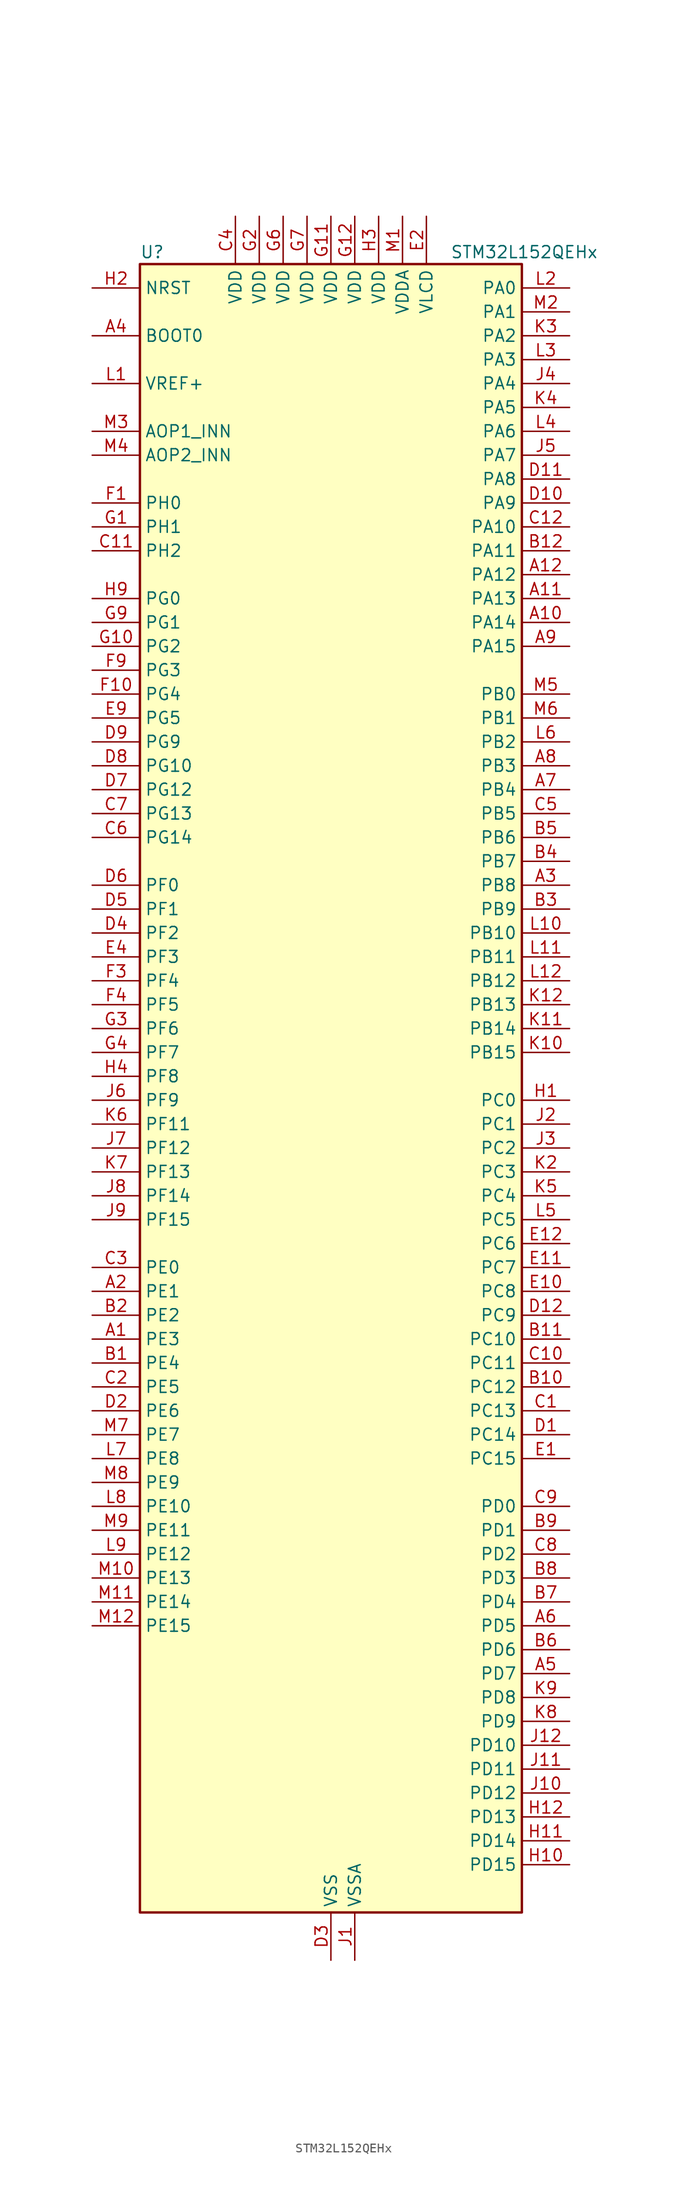
<source format=kicad_sym>
(kicad_symbol_lib
  (version 20231120)
  (generator "kicad_symbol_editor")
  (generator_version "8.0")
  (symbol "STM32L152QEHx"
    (property "Reference" "U"
      (at -20.32 90.17 0)
      (effects (font (size 1.27 1.27)) (justify left)))
    (property "Value" "STM32L152QEHx"
      (at 12.7 90.17 0)
      (effects (font (size 1.27 1.27)) (justify left)))
    (property "ki_locked" ""
      (at 0 0 0)
      (effects (font (size 1.27 1.27))))
    (symbol "STM32L152QEHx_0_1"
      (rectangle (start -20.32 -86.36) (end 20.32 88.9) (stroke (width 0.254) (type default)) (fill (type background))))
    (symbol "STM32L152QEHx_1_1"
      (pin bidirectional line (at -25.4 -25.4 0) (length 5.08) (name "PE3" (effects (font (size 1.27 1.27)))) (number "A1" (effects (font (size 1.27 1.27)))) (alternate "LCD_SEG39" bidirectional line) (alternate "SYS_TRACED0" bidirectional line) (alternate "TIM3_CH1" bidirectional line) (alternate "TIMX_IC4" bidirectional line))
      (pin bidirectional line (at 25.4 50.8 180) (length 5.08) (name "PA14" (effects (font (size 1.27 1.27)))) (number "A10" (effects (font (size 1.27 1.27)))) (alternate "SYS_JTCK-SWCLK" bidirectional line) (alternate "TIMX_IC3" bidirectional line) (alternate "TS_G5_IO2" bidirectional line))
      (pin bidirectional line (at 25.4 53.34 180) (length 5.08) (name "PA13" (effects (font (size 1.27 1.27)))) (number "A11" (effects (font (size 1.27 1.27)))) (alternate "SYS_JTMS-SWDIO" bidirectional line) (alternate "TIMX_IC2" bidirectional line) (alternate "TS_G5_IO1" bidirectional line))
      (pin bidirectional line (at 25.4 55.88 180) (length 5.08) (name "PA12" (effects (font (size 1.27 1.27)))) (number "A12" (effects (font (size 1.27 1.27)))) (alternate "SPI1_MOSI" bidirectional line) (alternate "TIMX_IC1" bidirectional line) (alternate "USART1_RTS" bidirectional line) (alternate "USB_DP" bidirectional line))
      (pin bidirectional line (at -25.4 -20.32 0) (length 5.08) (name "PE1" (effects (font (size 1.27 1.27)))) (number "A2" (effects (font (size 1.27 1.27)))) (alternate "LCD_SEG37" bidirectional line) (alternate "TIM11_CH1" bidirectional line) (alternate "TIMX_IC2" bidirectional line))
      (pin bidirectional line (at 25.4 22.86 180) (length 5.08) (name "PB8" (effects (font (size 1.27 1.27)))) (number "A3" (effects (font (size 1.27 1.27)))) (alternate "I2C1_SCL" bidirectional line) (alternate "LCD_SEG16" bidirectional line) (alternate "TIM10_CH1" bidirectional line) (alternate "TIM4_CH3" bidirectional line))
      (pin input line (at -25.4 81.28 0) (length 5.08) (name "BOOT0" (effects (font (size 1.27 1.27)))) (number "A4" (effects (font (size 1.27 1.27)))))
      (pin bidirectional line (at 25.4 -60.96 180) (length 5.08) (name "PD7" (effects (font (size 1.27 1.27)))) (number "A5" (effects (font (size 1.27 1.27)))) (alternate "TIM9_CH2" bidirectional line) (alternate "TIMX_IC4" bidirectional line) (alternate "USART2_CK" bidirectional line))
      (pin bidirectional line (at 25.4 -55.88 180) (length 5.08) (name "PD5" (effects (font (size 1.27 1.27)))) (number "A6" (effects (font (size 1.27 1.27)))) (alternate "TIMX_IC2" bidirectional line) (alternate "USART2_TX" bidirectional line))
      (pin bidirectional line (at 25.4 33.02 180) (length 5.08) (name "PB4" (effects (font (size 1.27 1.27)))) (number "A7" (effects (font (size 1.27 1.27)))) (alternate "COMP2_INP" bidirectional line) (alternate "LCD_SEG8" bidirectional line) (alternate "SPI1_MISO" bidirectional line) (alternate "SPI3_MISO" bidirectional line) (alternate "SYS_JTRST" bidirectional line) (alternate "TIM3_CH1" bidirectional line) (alternate "TS_G6_IO1" bidirectional line))
      (pin bidirectional line (at 25.4 35.56 180) (length 5.08) (name "PB3" (effects (font (size 1.27 1.27)))) (number "A8" (effects (font (size 1.27 1.27)))) (alternate "COMP2_INM" bidirectional line) (alternate "I2S3_CK" bidirectional line) (alternate "LCD_SEG7" bidirectional line) (alternate "SPI1_SCK" bidirectional line) (alternate "SPI3_SCK" bidirectional line) (alternate "SYS_JTDO-TRACESWO" bidirectional line) (alternate "TIM2_CH2" bidirectional line))
      (pin bidirectional line (at 25.4 48.26 180) (length 5.08) (name "PA15" (effects (font (size 1.27 1.27)))) (number "A9" (effects (font (size 1.27 1.27)))) (alternate "ADC_EXTI15" bidirectional line) (alternate "I2S3_WS" bidirectional line) (alternate "LCD_SEG17" bidirectional line) (alternate "SPI1_NSS" bidirectional line) (alternate "SPI3_NSS" bidirectional line) (alternate "SYS_JTDI" bidirectional line) (alternate "TIM2_CH1" bidirectional line) (alternate "TIM2_ETR" bidirectional line) (alternate "TIMX_IC4" bidirectional line) (alternate "TS_G5_IO3" bidirectional line))
      (pin bidirectional line (at -25.4 -27.94 0) (length 5.08) (name "PE4" (effects (font (size 1.27 1.27)))) (number "B1" (effects (font (size 1.27 1.27)))) (alternate "SYS_TRACED1" bidirectional line) (alternate "TIM3_CH2" bidirectional line) (alternate "TIMX_IC1" bidirectional line))
      (pin bidirectional line (at 25.4 -30.48 180) (length 5.08) (name "PC12" (effects (font (size 1.27 1.27)))) (number "B10" (effects (font (size 1.27 1.27)))) (alternate "I2S3_SD" bidirectional line) (alternate "LCD_COM6" bidirectional line) (alternate "LCD_SEG30" bidirectional line) (alternate "LCD_SEG42" bidirectional line) (alternate "SPI3_MOSI" bidirectional line) (alternate "TIMX_IC1" bidirectional line) (alternate "UART5_TX" bidirectional line) (alternate "USART3_CK" bidirectional line))
      (pin bidirectional line (at 25.4 -25.4 180) (length 5.08) (name "PC10" (effects (font (size 1.27 1.27)))) (number "B11" (effects (font (size 1.27 1.27)))) (alternate "I2S3_CK" bidirectional line) (alternate "LCD_COM4" bidirectional line) (alternate "LCD_SEG28" bidirectional line) (alternate "LCD_SEG40" bidirectional line) (alternate "SPI3_SCK" bidirectional line) (alternate "TIMX_IC3" bidirectional line) (alternate "UART4_TX" bidirectional line) (alternate "USART3_TX" bidirectional line))
      (pin bidirectional line (at 25.4 58.42 180) (length 5.08) (name "PA11" (effects (font (size 1.27 1.27)))) (number "B12" (effects (font (size 1.27 1.27)))) (alternate "ADC_EXTI11" bidirectional line) (alternate "SPI1_MISO" bidirectional line) (alternate "TIMX_IC4" bidirectional line) (alternate "USART1_CTS" bidirectional line) (alternate "USB_DM" bidirectional line))
      (pin bidirectional line (at -25.4 -22.86 0) (length 5.08) (name "PE2" (effects (font (size 1.27 1.27)))) (number "B2" (effects (font (size 1.27 1.27)))) (alternate "LCD_SEG38" bidirectional line) (alternate "SYS_TRACECK" bidirectional line) (alternate "TIM3_ETR" bidirectional line) (alternate "TIMX_IC3" bidirectional line))
      (pin bidirectional line (at 25.4 20.32 180) (length 5.08) (name "PB9" (effects (font (size 1.27 1.27)))) (number "B3" (effects (font (size 1.27 1.27)))) (alternate "DAC_EXTI9" bidirectional line) (alternate "I2C1_SDA" bidirectional line) (alternate "LCD_COM3" bidirectional line) (alternate "TIM11_CH1" bidirectional line) (alternate "TIM4_CH4" bidirectional line))
      (pin bidirectional line (at 25.4 25.4 180) (length 5.08) (name "PB7" (effects (font (size 1.27 1.27)))) (number "B4" (effects (font (size 1.27 1.27)))) (alternate "COMP2_INP" bidirectional line) (alternate "I2C1_SDA" bidirectional line) (alternate "SYS_PVD_IN" bidirectional line) (alternate "TIM4_CH2" bidirectional line) (alternate "TS_G6_IO4" bidirectional line) (alternate "USART1_RX" bidirectional line))
      (pin bidirectional line (at 25.4 27.94 180) (length 5.08) (name "PB6" (effects (font (size 1.27 1.27)))) (number "B5" (effects (font (size 1.27 1.27)))) (alternate "COMP2_INP" bidirectional line) (alternate "I2C1_SCL" bidirectional line) (alternate "TIM4_CH1" bidirectional line) (alternate "TS_G6_IO3" bidirectional line) (alternate "USART1_TX" bidirectional line))
      (pin bidirectional line (at 25.4 -58.42 180) (length 5.08) (name "PD6" (effects (font (size 1.27 1.27)))) (number "B6" (effects (font (size 1.27 1.27)))) (alternate "TIMX_IC3" bidirectional line) (alternate "USART2_RX" bidirectional line))
      (pin bidirectional line (at 25.4 -53.34 180) (length 5.08) (name "PD4" (effects (font (size 1.27 1.27)))) (number "B7" (effects (font (size 1.27 1.27)))) (alternate "I2S2_SD" bidirectional line) (alternate "SPI2_MOSI" bidirectional line) (alternate "TIMX_IC1" bidirectional line) (alternate "USART2_RTS" bidirectional line))
      (pin bidirectional line (at 25.4 -50.8 180) (length 5.08) (name "PD3" (effects (font (size 1.27 1.27)))) (number "B8" (effects (font (size 1.27 1.27)))) (alternate "SPI2_MISO" bidirectional line) (alternate "TIMX_IC4" bidirectional line) (alternate "USART2_CTS" bidirectional line))
      (pin bidirectional line (at 25.4 -45.72 180) (length 5.08) (name "PD1" (effects (font (size 1.27 1.27)))) (number "B9" (effects (font (size 1.27 1.27)))) (alternate "I2S2_CK" bidirectional line) (alternate "SPI2_SCK" bidirectional line) (alternate "TIMX_IC2" bidirectional line))
      (pin bidirectional line (at 25.4 -33.02 180) (length 5.08) (name "PC13" (effects (font (size 1.27 1.27)))) (number "C1" (effects (font (size 1.27 1.27)))) (alternate "RTC_OUT_ALARM" bidirectional line) (alternate "RTC_OUT_CALIB" bidirectional line) (alternate "RTC_TAMP1" bidirectional line) (alternate "RTC_TS" bidirectional line) (alternate "SYS_WKUP2" bidirectional line) (alternate "TIMX_IC2" bidirectional line))
      (pin bidirectional line (at 25.4 -27.94 180) (length 5.08) (name "PC11" (effects (font (size 1.27 1.27)))) (number "C10" (effects (font (size 1.27 1.27)))) (alternate "ADC_EXTI11" bidirectional line) (alternate "LCD_COM5" bidirectional line) (alternate "LCD_SEG29" bidirectional line) (alternate "LCD_SEG41" bidirectional line) (alternate "SPI3_MISO" bidirectional line) (alternate "TIMX_IC4" bidirectional line) (alternate "UART4_RX" bidirectional line) (alternate "USART3_RX" bidirectional line))
      (pin bidirectional line (at -25.4 58.42 0) (length 5.08) (name "PH2" (effects (font (size 1.27 1.27)))) (number "C11" (effects (font (size 1.27 1.27)))))
      (pin bidirectional line (at 25.4 60.96 180) (length 5.08) (name "PA10" (effects (font (size 1.27 1.27)))) (number "C12" (effects (font (size 1.27 1.27)))) (alternate "LCD_COM2" bidirectional line) (alternate "TIMX_IC3" bidirectional line) (alternate "TS_G4_IO3" bidirectional line) (alternate "USART1_RX" bidirectional line))
      (pin bidirectional line (at -25.4 -30.48 0) (length 5.08) (name "PE5" (effects (font (size 1.27 1.27)))) (number "C2" (effects (font (size 1.27 1.27)))) (alternate "SYS_TRACED2" bidirectional line) (alternate "TIM9_CH1" bidirectional line) (alternate "TIMX_IC2" bidirectional line))
      (pin bidirectional line (at -25.4 -17.78 0) (length 5.08) (name "PE0" (effects (font (size 1.27 1.27)))) (number "C3" (effects (font (size 1.27 1.27)))) (alternate "LCD_SEG36" bidirectional line) (alternate "TIM10_CH1" bidirectional line) (alternate "TIM4_ETR" bidirectional line) (alternate "TIMX_IC1" bidirectional line))
      (pin power_in line (at -10.16 93.98 270) (length 5.08) (name "VDD" (effects (font (size 1.27 1.27)))) (number "C4" (effects (font (size 1.27 1.27)))))
      (pin bidirectional line (at 25.4 30.48 180) (length 5.08) (name "PB5" (effects (font (size 1.27 1.27)))) (number "C5" (effects (font (size 1.27 1.27)))) (alternate "COMP2_INP" bidirectional line) (alternate "I2C1_SMBA" bidirectional line) (alternate "I2S3_SD" bidirectional line) (alternate "LCD_SEG9" bidirectional line) (alternate "SPI1_MOSI" bidirectional line) (alternate "SPI3_MOSI" bidirectional line) (alternate "TIM3_CH2" bidirectional line) (alternate "TS_G6_IO2" bidirectional line))
      (pin bidirectional line (at -25.4 27.94 0) (length 5.08) (name "PG14" (effects (font (size 1.27 1.27)))) (number "C6" (effects (font (size 1.27 1.27)))))
      (pin bidirectional line (at -25.4 30.48 0) (length 5.08) (name "PG13" (effects (font (size 1.27 1.27)))) (number "C7" (effects (font (size 1.27 1.27)))))
      (pin bidirectional line (at 25.4 -48.26 180) (length 5.08) (name "PD2" (effects (font (size 1.27 1.27)))) (number "C8" (effects (font (size 1.27 1.27)))) (alternate "LCD_COM7" bidirectional line) (alternate "LCD_SEG31" bidirectional line) (alternate "LCD_SEG43" bidirectional line) (alternate "TIM3_ETR" bidirectional line) (alternate "TIMX_IC3" bidirectional line) (alternate "UART5_RX" bidirectional line))
      (pin bidirectional line (at 25.4 -43.18 180) (length 5.08) (name "PD0" (effects (font (size 1.27 1.27)))) (number "C9" (effects (font (size 1.27 1.27)))) (alternate "I2S2_WS" bidirectional line) (alternate "SPI2_NSS" bidirectional line) (alternate "TIM9_CH1" bidirectional line) (alternate "TIMX_IC1" bidirectional line))
      (pin bidirectional line (at 25.4 -35.56 180) (length 5.08) (name "PC14" (effects (font (size 1.27 1.27)))) (number "D1" (effects (font (size 1.27 1.27)))) (alternate "RCC_OSC32_IN" bidirectional line) (alternate "TIMX_IC3" bidirectional line))
      (pin bidirectional line (at 25.4 63.5 180) (length 5.08) (name "PA9" (effects (font (size 1.27 1.27)))) (number "D10" (effects (font (size 1.27 1.27)))) (alternate "DAC_EXTI9" bidirectional line) (alternate "LCD_COM1" bidirectional line) (alternate "TIMX_IC2" bidirectional line) (alternate "TS_G4_IO2" bidirectional line) (alternate "USART1_TX" bidirectional line))
      (pin bidirectional line (at 25.4 66.04 180) (length 5.08) (name "PA8" (effects (font (size 1.27 1.27)))) (number "D11" (effects (font (size 1.27 1.27)))) (alternate "LCD_COM0" bidirectional line) (alternate "RCC_MCO" bidirectional line) (alternate "TIMX_IC1" bidirectional line) (alternate "TS_G4_IO1" bidirectional line) (alternate "USART1_CK" bidirectional line))
      (pin bidirectional line (at 25.4 -22.86 180) (length 5.08) (name "PC9" (effects (font (size 1.27 1.27)))) (number "D12" (effects (font (size 1.27 1.27)))) (alternate "DAC_EXTI9" bidirectional line) (alternate "LCD_SEG27" bidirectional line) (alternate "TIM3_CH4" bidirectional line) (alternate "TIMX_IC2" bidirectional line) (alternate "TS_G10_IO4" bidirectional line))
      (pin bidirectional line (at -25.4 -33.02 0) (length 5.08) (name "PE6" (effects (font (size 1.27 1.27)))) (number "D2" (effects (font (size 1.27 1.27)))) (alternate "RTC_TAMP3" bidirectional line) (alternate "SYS_TRACED3" bidirectional line) (alternate "SYS_WKUP3" bidirectional line) (alternate "TIM9_CH2" bidirectional line) (alternate "TIMX_IC3" bidirectional line))
      (pin power_in line (at 0 -91.44 90) (length 5.08) (name "VSS" (effects (font (size 1.27 1.27)))) (number "D3" (effects (font (size 1.27 1.27)))))
      (pin bidirectional line (at -25.4 17.78 0) (length 5.08) (name "PF2" (effects (font (size 1.27 1.27)))) (number "D4" (effects (font (size 1.27 1.27)))))
      (pin bidirectional line (at -25.4 20.32 0) (length 5.08) (name "PF1" (effects (font (size 1.27 1.27)))) (number "D5" (effects (font (size 1.27 1.27)))))
      (pin bidirectional line (at -25.4 22.86 0) (length 5.08) (name "PF0" (effects (font (size 1.27 1.27)))) (number "D6" (effects (font (size 1.27 1.27)))))
      (pin bidirectional line (at -25.4 33.02 0) (length 5.08) (name "PG12" (effects (font (size 1.27 1.27)))) (number "D7" (effects (font (size 1.27 1.27)))))
      (pin bidirectional line (at -25.4 35.56 0) (length 5.08) (name "PG10" (effects (font (size 1.27 1.27)))) (number "D8" (effects (font (size 1.27 1.27)))))
      (pin bidirectional line (at -25.4 38.1 0) (length 5.08) (name "PG9" (effects (font (size 1.27 1.27)))) (number "D9" (effects (font (size 1.27 1.27)))) (alternate "DAC_EXTI9" bidirectional line))
      (pin bidirectional line (at 25.4 -38.1 180) (length 5.08) (name "PC15" (effects (font (size 1.27 1.27)))) (number "E1" (effects (font (size 1.27 1.27)))) (alternate "ADC_EXTI15" bidirectional line) (alternate "RCC_OSC32_OUT" bidirectional line) (alternate "TIMX_IC4" bidirectional line))
      (pin bidirectional line (at 25.4 -20.32 180) (length 5.08) (name "PC8" (effects (font (size 1.27 1.27)))) (number "E10" (effects (font (size 1.27 1.27)))) (alternate "LCD_SEG26" bidirectional line) (alternate "TIM3_CH3" bidirectional line) (alternate "TIMX_IC1" bidirectional line) (alternate "TS_G10_IO3" bidirectional line))
      (pin bidirectional line (at 25.4 -17.78 180) (length 5.08) (name "PC7" (effects (font (size 1.27 1.27)))) (number "E11" (effects (font (size 1.27 1.27)))) (alternate "I2S3_MCK" bidirectional line) (alternate "LCD_SEG25" bidirectional line) (alternate "TIM3_CH2" bidirectional line) (alternate "TIMX_IC4" bidirectional line) (alternate "TS_G10_IO2" bidirectional line))
      (pin bidirectional line (at 25.4 -15.24 180) (length 5.08) (name "PC6" (effects (font (size 1.27 1.27)))) (number "E12" (effects (font (size 1.27 1.27)))) (alternate "I2S2_MCK" bidirectional line) (alternate "LCD_SEG24" bidirectional line) (alternate "TIM3_CH1" bidirectional line) (alternate "TIMX_IC3" bidirectional line) (alternate "TS_G10_IO1" bidirectional line))
      (pin power_in line (at 10.16 93.98 270) (length 5.08) (name "VLCD" (effects (font (size 1.27 1.27)))) (number "E2" (effects (font (size 1.27 1.27)))))
      (pin passive line (at 0 -91.44 90) (length 5.08) hide (name "VSS" (effects (font (size 1.27 1.27)))) (number "E3" (effects (font (size 1.27 1.27)))))
      (pin bidirectional line (at -25.4 15.24 0) (length 5.08) (name "PF3" (effects (font (size 1.27 1.27)))) (number "E4" (effects (font (size 1.27 1.27)))))
      (pin bidirectional line (at -25.4 40.64 0) (length 5.08) (name "PG5" (effects (font (size 1.27 1.27)))) (number "E9" (effects (font (size 1.27 1.27)))))
      (pin bidirectional line (at -25.4 63.5 0) (length 5.08) (name "PH0" (effects (font (size 1.27 1.27)))) (number "F1" (effects (font (size 1.27 1.27)))) (alternate "RCC_OSC_IN" bidirectional line))
      (pin bidirectional line (at -25.4 43.18 0) (length 5.08) (name "PG4" (effects (font (size 1.27 1.27)))) (number "F10" (effects (font (size 1.27 1.27)))) (alternate "ADC_IN12b" bidirectional line) (alternate "TS_G7_IO7" bidirectional line))
      (pin passive line (at 0 -91.44 90) (length 5.08) hide (name "VSS" (effects (font (size 1.27 1.27)))) (number "F11" (effects (font (size 1.27 1.27)))))
      (pin passive line (at 0 -91.44 90) (length 5.08) hide (name "VSS" (effects (font (size 1.27 1.27)))) (number "F12" (effects (font (size 1.27 1.27)))))
      (pin passive line (at 0 -91.44 90) (length 5.08) hide (name "VSS" (effects (font (size 1.27 1.27)))) (number "F2" (effects (font (size 1.27 1.27)))))
      (pin bidirectional line (at -25.4 12.7 0) (length 5.08) (name "PF4" (effects (font (size 1.27 1.27)))) (number "F3" (effects (font (size 1.27 1.27)))))
      (pin bidirectional line (at -25.4 10.16 0) (length 5.08) (name "PF5" (effects (font (size 1.27 1.27)))) (number "F4" (effects (font (size 1.27 1.27)))))
      (pin passive line (at 0 -91.44 90) (length 5.08) hide (name "VSS" (effects (font (size 1.27 1.27)))) (number "F6" (effects (font (size 1.27 1.27)))))
      (pin passive line (at 0 -91.44 90) (length 5.08) hide (name "VSS" (effects (font (size 1.27 1.27)))) (number "F7" (effects (font (size 1.27 1.27)))))
      (pin bidirectional line (at -25.4 45.72 0) (length 5.08) (name "PG3" (effects (font (size 1.27 1.27)))) (number "F9" (effects (font (size 1.27 1.27)))) (alternate "ADC_IN11b" bidirectional line) (alternate "TS_G7_IO6" bidirectional line))
      (pin bidirectional line (at -25.4 60.96 0) (length 5.08) (name "PH1" (effects (font (size 1.27 1.27)))) (number "G1" (effects (font (size 1.27 1.27)))) (alternate "RCC_OSC_OUT" bidirectional line))
      (pin bidirectional line (at -25.4 48.26 0) (length 5.08) (name "PG2" (effects (font (size 1.27 1.27)))) (number "G10" (effects (font (size 1.27 1.27)))) (alternate "ADC_IN10b" bidirectional line) (alternate "TS_G7_IO5" bidirectional line))
      (pin power_in line (at 0 93.98 270) (length 5.08) (name "VDD" (effects (font (size 1.27 1.27)))) (number "G11" (effects (font (size 1.27 1.27)))))
      (pin power_in line (at 2.54 93.98 270) (length 5.08) (name "VDD" (effects (font (size 1.27 1.27)))) (number "G12" (effects (font (size 1.27 1.27)))))
      (pin power_in line (at -7.62 93.98 270) (length 5.08) (name "VDD" (effects (font (size 1.27 1.27)))) (number "G2" (effects (font (size 1.27 1.27)))))
      (pin bidirectional line (at -25.4 7.62 0) (length 5.08) (name "PF6" (effects (font (size 1.27 1.27)))) (number "G3" (effects (font (size 1.27 1.27)))) (alternate "ADC_IN27" bidirectional line) (alternate "TIM5_CH1" bidirectional line) (alternate "TIM5_ETR" bidirectional line) (alternate "TS_G11_IO1" bidirectional line))
      (pin bidirectional line (at -25.4 5.08 0) (length 5.08) (name "PF7" (effects (font (size 1.27 1.27)))) (number "G4" (effects (font (size 1.27 1.27)))) (alternate "ADC_IN28" bidirectional line) (alternate "COMP1_INP" bidirectional line) (alternate "TIM5_CH2" bidirectional line) (alternate "TS_G11_IO2" bidirectional line))
      (pin power_in line (at -5.08 93.98 270) (length 5.08) (name "VDD" (effects (font (size 1.27 1.27)))) (number "G6" (effects (font (size 1.27 1.27)))))
      (pin power_in line (at -2.54 93.98 270) (length 5.08) (name "VDD" (effects (font (size 1.27 1.27)))) (number "G7" (effects (font (size 1.27 1.27)))))
      (pin bidirectional line (at -25.4 50.8 0) (length 5.08) (name "PG1" (effects (font (size 1.27 1.27)))) (number "G9" (effects (font (size 1.27 1.27)))) (alternate "ADC_IN9b" bidirectional line) (alternate "TS_G2_IO5" bidirectional line))
      (pin bidirectional line (at 25.4 0 180) (length 5.08) (name "PC0" (effects (font (size 1.27 1.27)))) (number "H1" (effects (font (size 1.27 1.27)))) (alternate "ADC_IN10" bidirectional line) (alternate "COMP1_INP" bidirectional line) (alternate "LCD_SEG18" bidirectional line) (alternate "TIMX_IC1" bidirectional line) (alternate "TS_G8_IO1" bidirectional line))
      (pin bidirectional line (at 25.4 -81.28 180) (length 5.08) (name "PD15" (effects (font (size 1.27 1.27)))) (number "H10" (effects (font (size 1.27 1.27)))) (alternate "ADC_EXTI15" bidirectional line) (alternate "LCD_SEG35" bidirectional line) (alternate "TIM4_CH4" bidirectional line) (alternate "TIMX_IC4" bidirectional line))
      (pin bidirectional line (at 25.4 -78.74 180) (length 5.08) (name "PD14" (effects (font (size 1.27 1.27)))) (number "H11" (effects (font (size 1.27 1.27)))) (alternate "LCD_SEG34" bidirectional line) (alternate "TIM4_CH3" bidirectional line) (alternate "TIMX_IC3" bidirectional line))
      (pin bidirectional line (at 25.4 -76.2 180) (length 5.08) (name "PD13" (effects (font (size 1.27 1.27)))) (number "H12" (effects (font (size 1.27 1.27)))) (alternate "LCD_SEG33" bidirectional line) (alternate "TIM4_CH2" bidirectional line) (alternate "TIMX_IC2" bidirectional line))
      (pin input line (at -25.4 86.36 0) (length 5.08) (name "NRST" (effects (font (size 1.27 1.27)))) (number "H2" (effects (font (size 1.27 1.27)))))
      (pin power_in line (at 5.08 93.98 270) (length 5.08) (name "VDD" (effects (font (size 1.27 1.27)))) (number "H3" (effects (font (size 1.27 1.27)))))
      (pin bidirectional line (at -25.4 2.54 0) (length 5.08) (name "PF8" (effects (font (size 1.27 1.27)))) (number "H4" (effects (font (size 1.27 1.27)))) (alternate "ADC_IN29" bidirectional line) (alternate "COMP1_INP" bidirectional line) (alternate "TIM5_CH3" bidirectional line) (alternate "TS_G11_IO3" bidirectional line))
      (pin bidirectional line (at -25.4 53.34 0) (length 5.08) (name "PG0" (effects (font (size 1.27 1.27)))) (number "H9" (effects (font (size 1.27 1.27)))) (alternate "ADC_IN8b" bidirectional line) (alternate "TS_G2_IO4" bidirectional line))
      (pin power_in line (at 2.54 -91.44 90) (length 5.08) (name "VSSA" (effects (font (size 1.27 1.27)))) (number "J1" (effects (font (size 1.27 1.27)))))
      (pin bidirectional line (at 25.4 -73.66 180) (length 5.08) (name "PD12" (effects (font (size 1.27 1.27)))) (number "J10" (effects (font (size 1.27 1.27)))) (alternate "LCD_SEG32" bidirectional line) (alternate "TIM4_CH1" bidirectional line) (alternate "TIMX_IC1" bidirectional line) (alternate "USART3_RTS" bidirectional line))
      (pin bidirectional line (at 25.4 -71.12 180) (length 5.08) (name "PD11" (effects (font (size 1.27 1.27)))) (number "J11" (effects (font (size 1.27 1.27)))) (alternate "ADC_EXTI11" bidirectional line) (alternate "LCD_SEG31" bidirectional line) (alternate "TIMX_IC4" bidirectional line) (alternate "USART3_CTS" bidirectional line))
      (pin bidirectional line (at 25.4 -68.58 180) (length 5.08) (name "PD10" (effects (font (size 1.27 1.27)))) (number "J12" (effects (font (size 1.27 1.27)))) (alternate "LCD_SEG30" bidirectional line) (alternate "TIMX_IC3" bidirectional line) (alternate "USART3_CK" bidirectional line))
      (pin bidirectional line (at 25.4 -2.54 180) (length 5.08) (name "PC1" (effects (font (size 1.27 1.27)))) (number "J2" (effects (font (size 1.27 1.27)))) (alternate "ADC_IN11" bidirectional line) (alternate "COMP1_INP" bidirectional line) (alternate "LCD_SEG19" bidirectional line) (alternate "TIMX_IC2" bidirectional line) (alternate "TS_G8_IO2" bidirectional line))
      (pin bidirectional line (at 25.4 -5.08 180) (length 5.08) (name "PC2" (effects (font (size 1.27 1.27)))) (number "J3" (effects (font (size 1.27 1.27)))) (alternate "ADC_IN12" bidirectional line) (alternate "COMP1_INP" bidirectional line) (alternate "LCD_SEG20" bidirectional line) (alternate "TIMX_IC3" bidirectional line) (alternate "TS_G8_IO3" bidirectional line))
      (pin bidirectional line (at 25.4 76.2 180) (length 5.08) (name "PA4" (effects (font (size 1.27 1.27)))) (number "J4" (effects (font (size 1.27 1.27)))) (alternate "ADC_IN4" bidirectional line) (alternate "COMP1_INP" bidirectional line) (alternate "DAC_OUT1" bidirectional line) (alternate "I2S3_WS" bidirectional line) (alternate "SPI1_NSS" bidirectional line) (alternate "SPI3_NSS" bidirectional line) (alternate "TIMX_IC1" bidirectional line) (alternate "USART2_CK" bidirectional line))
      (pin bidirectional line (at 25.4 68.58 180) (length 5.08) (name "PA7" (effects (font (size 1.27 1.27)))) (number "J5" (effects (font (size 1.27 1.27)))) (alternate "ADC_IN7" bidirectional line) (alternate "COMP1_INP" bidirectional line) (alternate "LCD_SEG4" bidirectional line) (alternate "SPI1_MOSI" bidirectional line) (alternate "TIM11_CH1" bidirectional line) (alternate "TIM3_CH2" bidirectional line) (alternate "TIMX_IC4" bidirectional line) (alternate "TS_G2_IO2" bidirectional line))
      (pin bidirectional line (at -25.4 0 0) (length 5.08) (name "PF9" (effects (font (size 1.27 1.27)))) (number "J6" (effects (font (size 1.27 1.27)))) (alternate "ADC_IN30" bidirectional line) (alternate "COMP1_INP" bidirectional line) (alternate "DAC_EXTI9" bidirectional line) (alternate "TIM5_CH4" bidirectional line) (alternate "TS_G11_IO4" bidirectional line))
      (pin bidirectional line (at -25.4 -5.08 0) (length 5.08) (name "PF12" (effects (font (size 1.27 1.27)))) (number "J7" (effects (font (size 1.27 1.27)))) (alternate "ADC_IN2b" bidirectional line) (alternate "TS_G3_IO5" bidirectional line))
      (pin bidirectional line (at -25.4 -10.16 0) (length 5.08) (name "PF14" (effects (font (size 1.27 1.27)))) (number "J8" (effects (font (size 1.27 1.27)))) (alternate "ADC_IN6b" bidirectional line) (alternate "TS_G9_IO4" bidirectional line))
      (pin bidirectional line (at -25.4 -12.7 0) (length 5.08) (name "PF15" (effects (font (size 1.27 1.27)))) (number "J9" (effects (font (size 1.27 1.27)))) (alternate "ADC_EXTI15" bidirectional line) (alternate "ADC_IN7b" bidirectional line) (alternate "TS_G2_IO3" bidirectional line))
      (pin no_connect line (at -20.32 -86.36 0) (length 5.08) hide (name "NC" (effects (font (size 1.27 1.27)))) (number "K1" (effects (font (size 1.27 1.27)))))
      (pin bidirectional line (at 25.4 5.08 180) (length 5.08) (name "PB15" (effects (font (size 1.27 1.27)))) (number "K10" (effects (font (size 1.27 1.27)))) (alternate "ADC_EXTI15" bidirectional line) (alternate "ADC_IN21" bidirectional line) (alternate "COMP1_INP" bidirectional line) (alternate "I2S2_SD" bidirectional line) (alternate "LCD_SEG15" bidirectional line) (alternate "RTC_REFIN" bidirectional line) (alternate "SPI2_MOSI" bidirectional line) (alternate "TIM11_CH1" bidirectional line) (alternate "TS_G7_IO4" bidirectional line))
      (pin bidirectional line (at 25.4 7.62 180) (length 5.08) (name "PB14" (effects (font (size 1.27 1.27)))) (number "K11" (effects (font (size 1.27 1.27)))) (alternate "ADC_IN20" bidirectional line) (alternate "COMP1_INP" bidirectional line) (alternate "LCD_SEG14" bidirectional line) (alternate "SPI2_MISO" bidirectional line) (alternate "TIM9_CH2" bidirectional line) (alternate "TS_G7_IO3" bidirectional line) (alternate "USART3_RTS" bidirectional line))
      (pin bidirectional line (at 25.4 10.16 180) (length 5.08) (name "PB13" (effects (font (size 1.27 1.27)))) (number "K12" (effects (font (size 1.27 1.27)))) (alternate "ADC_IN19" bidirectional line) (alternate "COMP1_INP" bidirectional line) (alternate "I2S2_CK" bidirectional line) (alternate "LCD_SEG13" bidirectional line) (alternate "SPI2_SCK" bidirectional line) (alternate "TIM9_CH1" bidirectional line) (alternate "TS_G7_IO2" bidirectional line) (alternate "USART3_CTS" bidirectional line))
      (pin bidirectional line (at 25.4 -7.62 180) (length 5.08) (name "PC3" (effects (font (size 1.27 1.27)))) (number "K2" (effects (font (size 1.27 1.27)))) (alternate "ADC_IN13" bidirectional line) (alternate "COMP1_INP" bidirectional line) (alternate "LCD_SEG21" bidirectional line) (alternate "TIMX_IC4" bidirectional line) (alternate "TS_G8_IO4" bidirectional line))
      (pin bidirectional line (at 25.4 81.28 180) (length 5.08) (name "PA2" (effects (font (size 1.27 1.27)))) (number "K3" (effects (font (size 1.27 1.27)))) (alternate "ADC_IN2" bidirectional line) (alternate "COMP1_INP" bidirectional line) (alternate "LCD_SEG1" bidirectional line) (alternate "TIM2_CH3" bidirectional line) (alternate "TIM5_CH3" bidirectional line) (alternate "TIM9_CH1" bidirectional line) (alternate "TIMX_IC3" bidirectional line) (alternate "TS_G1_IO3" bidirectional line) (alternate "USART2_TX" bidirectional line))
      (pin bidirectional line (at 25.4 73.66 180) (length 5.08) (name "PA5" (effects (font (size 1.27 1.27)))) (number "K4" (effects (font (size 1.27 1.27)))) (alternate "ADC_IN5" bidirectional line) (alternate "COMP1_INP" bidirectional line) (alternate "DAC_OUT2" bidirectional line) (alternate "SPI1_SCK" bidirectional line) (alternate "TIM2_CH1" bidirectional line) (alternate "TIM2_ETR" bidirectional line) (alternate "TIMX_IC2" bidirectional line))
      (pin bidirectional line (at 25.4 -10.16 180) (length 5.08) (name "PC4" (effects (font (size 1.27 1.27)))) (number "K5" (effects (font (size 1.27 1.27)))) (alternate "ADC_IN14" bidirectional line) (alternate "COMP1_INP" bidirectional line) (alternate "LCD_SEG22" bidirectional line) (alternate "TIMX_IC1" bidirectional line) (alternate "TS_G9_IO1" bidirectional line))
      (pin bidirectional line (at -25.4 -2.54 0) (length 5.08) (name "PF11" (effects (font (size 1.27 1.27)))) (number "K6" (effects (font (size 1.27 1.27)))) (alternate "ADC_EXTI11" bidirectional line) (alternate "ADC_IN1b" bidirectional line) (alternate "TS_G3_IO4" bidirectional line))
      (pin bidirectional line (at -25.4 -7.62 0) (length 5.08) (name "PF13" (effects (font (size 1.27 1.27)))) (number "K7" (effects (font (size 1.27 1.27)))) (alternate "ADC_IN3b" bidirectional line) (alternate "TS_G9_IO3" bidirectional line))
      (pin bidirectional line (at 25.4 -66.04 180) (length 5.08) (name "PD9" (effects (font (size 1.27 1.27)))) (number "K8" (effects (font (size 1.27 1.27)))) (alternate "DAC_EXTI9" bidirectional line) (alternate "LCD_SEG29" bidirectional line) (alternate "TIMX_IC2" bidirectional line) (alternate "USART3_RX" bidirectional line))
      (pin bidirectional line (at 25.4 -63.5 180) (length 5.08) (name "PD8" (effects (font (size 1.27 1.27)))) (number "K9" (effects (font (size 1.27 1.27)))) (alternate "LCD_SEG28" bidirectional line) (alternate "TIMX_IC1" bidirectional line) (alternate "USART3_TX" bidirectional line))
      (pin input line (at -25.4 76.2 0) (length 5.08) (name "VREF+" (effects (font (size 1.27 1.27)))) (number "L1" (effects (font (size 1.27 1.27)))))
      (pin bidirectional line (at 25.4 17.78 180) (length 5.08) (name "PB10" (effects (font (size 1.27 1.27)))) (number "L10" (effects (font (size 1.27 1.27)))) (alternate "I2C2_SCL" bidirectional line) (alternate "LCD_SEG10" bidirectional line) (alternate "TIM2_CH3" bidirectional line) (alternate "USART3_TX" bidirectional line))
      (pin bidirectional line (at 25.4 15.24 180) (length 5.08) (name "PB11" (effects (font (size 1.27 1.27)))) (number "L11" (effects (font (size 1.27 1.27)))) (alternate "ADC_EXTI11" bidirectional line) (alternate "I2C2_SDA" bidirectional line) (alternate "LCD_SEG11" bidirectional line) (alternate "TIM2_CH4" bidirectional line) (alternate "USART3_RX" bidirectional line))
      (pin bidirectional line (at 25.4 12.7 180) (length 5.08) (name "PB12" (effects (font (size 1.27 1.27)))) (number "L12" (effects (font (size 1.27 1.27)))) (alternate "ADC_IN18" bidirectional line) (alternate "COMP1_INP" bidirectional line) (alternate "I2C2_SMBA" bidirectional line) (alternate "I2S2_WS" bidirectional line) (alternate "LCD_SEG12" bidirectional line) (alternate "SPI2_NSS" bidirectional line) (alternate "TIM10_CH1" bidirectional line) (alternate "TS_G7_IO1" bidirectional line) (alternate "USART3_CK" bidirectional line))
      (pin bidirectional line (at 25.4 86.36 180) (length 5.08) (name "PA0" (effects (font (size 1.27 1.27)))) (number "L2" (effects (font (size 1.27 1.27)))) (alternate "ADC_IN0" bidirectional line) (alternate "COMP1_INP" bidirectional line) (alternate "RTC_TAMP2" bidirectional line) (alternate "SYS_WKUP1" bidirectional line) (alternate "TIM2_CH1" bidirectional line) (alternate "TIM2_ETR" bidirectional line) (alternate "TIM5_CH1" bidirectional line) (alternate "TIMX_IC1" bidirectional line) (alternate "TS_G1_IO1" bidirectional line) (alternate "USART2_CTS" bidirectional line))
      (pin bidirectional line (at 25.4 78.74 180) (length 5.08) (name "PA3" (effects (font (size 1.27 1.27)))) (number "L3" (effects (font (size 1.27 1.27)))) (alternate "ADC_IN3" bidirectional line) (alternate "COMP1_INP" bidirectional line) (alternate "LCD_SEG2" bidirectional line) (alternate "OPAMP1_VOUT" bidirectional line) (alternate "TIM2_CH4" bidirectional line) (alternate "TIM5_CH4" bidirectional line) (alternate "TIM9_CH2" bidirectional line) (alternate "TIMX_IC4" bidirectional line) (alternate "TS_G1_IO4" bidirectional line) (alternate "USART2_RX" bidirectional line))
      (pin bidirectional line (at 25.4 71.12 180) (length 5.08) (name "PA6" (effects (font (size 1.27 1.27)))) (number "L4" (effects (font (size 1.27 1.27)))) (alternate "ADC_IN6" bidirectional line) (alternate "COMP1_INP" bidirectional line) (alternate "LCD_SEG3" bidirectional line) (alternate "OPAMP2_VINP" bidirectional line) (alternate "SPI1_MISO" bidirectional line) (alternate "TIM10_CH1" bidirectional line) (alternate "TIM3_CH1" bidirectional line) (alternate "TIMX_IC3" bidirectional line) (alternate "TS_G2_IO1" bidirectional line))
      (pin bidirectional line (at 25.4 -12.7 180) (length 5.08) (name "PC5" (effects (font (size 1.27 1.27)))) (number "L5" (effects (font (size 1.27 1.27)))) (alternate "ADC_IN15" bidirectional line) (alternate "COMP1_INP" bidirectional line) (alternate "LCD_SEG23" bidirectional line) (alternate "TIMX_IC2" bidirectional line) (alternate "TS_G9_IO2" bidirectional line))
      (pin bidirectional line (at 25.4 38.1 180) (length 5.08) (name "PB2" (effects (font (size 1.27 1.27)))) (number "L6" (effects (font (size 1.27 1.27)))) (alternate "ADC_IN0b" bidirectional line) (alternate "TS_G3_IO3" bidirectional line))
      (pin bidirectional line (at -25.4 -38.1 0) (length 5.08) (name "PE8" (effects (font (size 1.27 1.27)))) (number "L7" (effects (font (size 1.27 1.27)))) (alternate "ADC_IN23" bidirectional line) (alternate "COMP1_INP" bidirectional line) (alternate "TIMX_IC1" bidirectional line))
      (pin bidirectional line (at -25.4 -43.18 0) (length 5.08) (name "PE10" (effects (font (size 1.27 1.27)))) (number "L8" (effects (font (size 1.27 1.27)))) (alternate "ADC_IN25" bidirectional line) (alternate "COMP1_INP" bidirectional line) (alternate "TIM2_CH2" bidirectional line) (alternate "TIMX_IC3" bidirectional line))
      (pin bidirectional line (at -25.4 -48.26 0) (length 5.08) (name "PE12" (effects (font (size 1.27 1.27)))) (number "L9" (effects (font (size 1.27 1.27)))) (alternate "SPI1_NSS" bidirectional line) (alternate "TIM2_CH4" bidirectional line) (alternate "TIMX_IC1" bidirectional line))
      (pin power_in line (at 7.62 93.98 270) (length 5.08) (name "VDDA" (effects (font (size 1.27 1.27)))) (number "M1" (effects (font (size 1.27 1.27)))))
      (pin bidirectional line (at -25.4 -50.8 0) (length 5.08) (name "PE13" (effects (font (size 1.27 1.27)))) (number "M10" (effects (font (size 1.27 1.27)))) (alternate "SPI1_SCK" bidirectional line) (alternate "TIMX_IC2" bidirectional line))
      (pin bidirectional line (at -25.4 -53.34 0) (length 5.08) (name "PE14" (effects (font (size 1.27 1.27)))) (number "M11" (effects (font (size 1.27 1.27)))) (alternate "SPI1_MISO" bidirectional line) (alternate "TIMX_IC3" bidirectional line))
      (pin bidirectional line (at -25.4 -55.88 0) (length 5.08) (name "PE15" (effects (font (size 1.27 1.27)))) (number "M12" (effects (font (size 1.27 1.27)))) (alternate "ADC_EXTI15" bidirectional line) (alternate "SPI1_MOSI" bidirectional line) (alternate "TIMX_IC4" bidirectional line))
      (pin bidirectional line (at 25.4 83.82 180) (length 5.08) (name "PA1" (effects (font (size 1.27 1.27)))) (number "M2" (effects (font (size 1.27 1.27)))) (alternate "ADC_IN1" bidirectional line) (alternate "COMP1_INP" bidirectional line) (alternate "LCD_SEG0" bidirectional line) (alternate "OPAMP1_VINP" bidirectional line) (alternate "TIM2_CH2" bidirectional line) (alternate "TIM5_CH2" bidirectional line) (alternate "TIMX_IC2" bidirectional line) (alternate "TS_G1_IO2" bidirectional line) (alternate "USART2_RTS" bidirectional line))
      (pin input line (at -25.4 71.12 0) (length 5.08) (name "AOP1_INN" (effects (font (size 1.27 1.27)))) (number "M3" (effects (font (size 1.27 1.27)))) (alternate "OPAMP1_VINM" bidirectional line))
      (pin input line (at -25.4 68.58 0) (length 5.08) (name "AOP2_INN" (effects (font (size 1.27 1.27)))) (number "M4" (effects (font (size 1.27 1.27)))) (alternate "OPAMP2_VINM" bidirectional line))
      (pin bidirectional line (at 25.4 43.18 180) (length 5.08) (name "PB0" (effects (font (size 1.27 1.27)))) (number "M5" (effects (font (size 1.27 1.27)))) (alternate "ADC_IN8" bidirectional line) (alternate "COMP1_INP" bidirectional line) (alternate "LCD_SEG5" bidirectional line) (alternate "OPAMP2_VOUT" bidirectional line) (alternate "SYS_V_REF_OUT" bidirectional line) (alternate "TIM3_CH3" bidirectional line) (alternate "TS_G3_IO1" bidirectional line))
      (pin bidirectional line (at 25.4 40.64 180) (length 5.08) (name "PB1" (effects (font (size 1.27 1.27)))) (number "M6" (effects (font (size 1.27 1.27)))) (alternate "ADC_IN9" bidirectional line) (alternate "COMP1_INP" bidirectional line) (alternate "LCD_SEG6" bidirectional line) (alternate "SYS_V_REF_OUT" bidirectional line) (alternate "TIM3_CH4" bidirectional line) (alternate "TS_G3_IO2" bidirectional line))
      (pin bidirectional line (at -25.4 -35.56 0) (length 5.08) (name "PE7" (effects (font (size 1.27 1.27)))) (number "M7" (effects (font (size 1.27 1.27)))) (alternate "ADC_IN22" bidirectional line) (alternate "COMP1_INP" bidirectional line) (alternate "TIMX_IC4" bidirectional line))
      (pin bidirectional line (at -25.4 -40.64 0) (length 5.08) (name "PE9" (effects (font (size 1.27 1.27)))) (number "M8" (effects (font (size 1.27 1.27)))) (alternate "ADC_IN24" bidirectional line) (alternate "COMP1_INP" bidirectional line) (alternate "DAC_EXTI9" bidirectional line) (alternate "TIM2_CH1" bidirectional line) (alternate "TIM2_ETR" bidirectional line) (alternate "TIMX_IC2" bidirectional line))
      (pin bidirectional line (at -25.4 -45.72 0) (length 5.08) (name "PE11" (effects (font (size 1.27 1.27)))) (number "M9" (effects (font (size 1.27 1.27)))) (alternate "ADC_EXTI11" bidirectional line) (alternate "TIM2_CH3" bidirectional line) (alternate "TIMX_IC4" bidirectional line)))))
</source>
